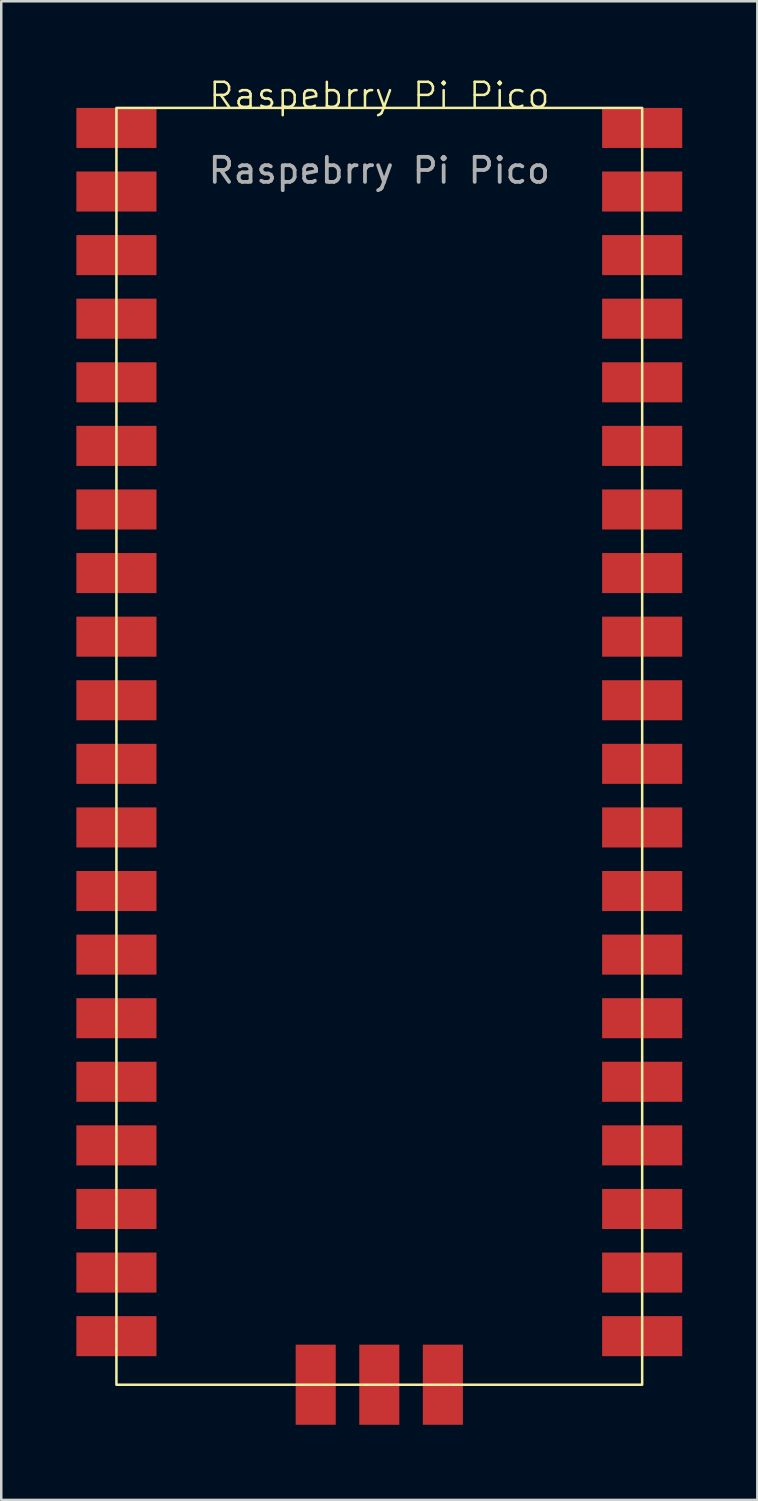
<source format=kicad_pcb>
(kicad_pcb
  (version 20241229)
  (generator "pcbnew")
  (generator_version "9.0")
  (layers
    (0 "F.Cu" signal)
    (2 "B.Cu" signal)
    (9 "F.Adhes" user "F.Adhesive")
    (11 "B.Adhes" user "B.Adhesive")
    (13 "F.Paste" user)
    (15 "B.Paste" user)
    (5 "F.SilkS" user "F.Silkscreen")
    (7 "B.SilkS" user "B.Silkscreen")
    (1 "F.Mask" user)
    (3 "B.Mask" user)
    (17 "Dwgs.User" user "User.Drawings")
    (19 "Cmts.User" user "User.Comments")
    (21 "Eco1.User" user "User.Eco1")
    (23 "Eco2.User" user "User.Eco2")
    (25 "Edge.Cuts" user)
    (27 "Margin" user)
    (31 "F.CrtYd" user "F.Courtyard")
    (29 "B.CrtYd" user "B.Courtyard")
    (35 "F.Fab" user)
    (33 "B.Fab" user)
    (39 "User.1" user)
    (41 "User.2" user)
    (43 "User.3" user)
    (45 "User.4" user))
  (footprint "Raspebrry Pi Pico"
    (layer "F.Cu")
    (at 12.1 1.26)
    (property "Reference" "Raspebrry Pi Pico" (at 0 -0.5 0) (unlocked yes) (layer "F.SilkS") (effects (font (size 1 1) (thickness 0.1))))
    (fp_rect (start -10.5 0) (end 10.5 51) (stroke (width 0.1) (type default)) (fill no) (layer "F.SilkS"))
    (fp_text user "${REFERENCE}" (at 0 2.5 0) (unlocked yes) (layer "F.Fab") (effects (font (size 1 1) (thickness 0.15))))
    (pad "1" smd rect (at -10.5 0.8) (size 3.2 1.6) (layers "F.Cu" "F.Mask" "F.Paste"))
    (pad "2" smd rect (at -10.5 3.34) (size 3.2 1.6) (layers "F.Cu" "F.Mask" "F.Paste"))
    (pad "3" smd rect (at -10.5 5.88) (size 3.2 1.6) (layers "F.Cu" "F.Mask" "F.Paste"))
    (pad "4" smd rect (at -10.5 8.42) (size 3.2 1.6) (layers "F.Cu" "F.Mask" "F.Paste"))
    (pad "5" smd rect (at -10.5 10.96) (size 3.2 1.6) (layers "F.Cu" "F.Mask" "F.Paste"))
    (pad "6" smd rect (at -10.5 13.5) (size 3.2 1.6) (layers "F.Cu" "F.Mask" "F.Paste"))
    (pad "7" smd rect (at -10.5 16.04) (size 3.2 1.6) (layers "F.Cu" "F.Mask" "F.Paste"))
    (pad "8" smd rect (at -10.5 18.58) (size 3.2 1.6) (layers "F.Cu" "F.Mask" "F.Paste"))
    (pad "9" smd rect (at -10.5 21.12) (size 3.2 1.6) (layers "F.Cu" "F.Mask" "F.Paste"))
    (pad "10" smd rect (at -10.5 23.66) (size 3.2 1.6) (layers "F.Cu" "F.Mask" "F.Paste"))
    (pad "11" smd rect (at -10.5 26.2) (size 3.2 1.6) (layers "F.Cu" "F.Mask" "F.Paste"))
    (pad "12" smd rect (at -10.5 28.74) (size 3.2 1.6) (layers "F.Cu" "F.Mask" "F.Paste"))
    (pad "13" smd rect (at -10.5 31.28) (size 3.2 1.6) (layers "F.Cu" "F.Mask" "F.Paste"))
    (pad "14" smd rect (at -10.5 33.82) (size 3.2 1.6) (layers "F.Cu" "F.Mask" "F.Paste"))
    (pad "15" smd rect (at -10.5 36.36) (size 3.2 1.6) (layers "F.Cu" "F.Mask" "F.Paste"))
    (pad "16" smd rect (at -10.5 38.9) (size 3.2 1.6) (layers "F.Cu" "F.Mask" "F.Paste"))
    (pad "17" smd rect (at -10.5 41.44) (size 3.2 1.6) (layers "F.Cu" "F.Mask" "F.Paste"))
    (pad "18" smd rect (at -10.5 43.98) (size 3.2 1.6) (layers "F.Cu" "F.Mask" "F.Paste"))
    (pad "19" smd rect (at -10.5 46.52) (size 3.2 1.6) (layers "F.Cu" "F.Mask" "F.Paste"))
    (pad "20" smd rect (at -10.5 49.06) (size 3.2 1.6) (layers "F.Cu" "F.Mask" "F.Paste"))
    (pad "21" smd rect (at 10.5 49.06) (size 3.2 1.6) (layers "F.Cu" "F.Mask" "F.Paste"))
    (pad "22" smd rect (at 10.5 46.52) (size 3.2 1.6) (layers "F.Cu" "F.Mask" "F.Paste"))
    (pad "23" smd rect (at 10.5 43.98) (size 3.2 1.6) (layers "F.Cu" "F.Mask" "F.Paste"))
    (pad "24" smd rect (at 10.5 41.44) (size 3.2 1.6) (layers "F.Cu" "F.Mask" "F.Paste"))
    (pad "25" smd rect (at 10.5 38.9) (size 3.2 1.6) (layers "F.Cu" "F.Mask" "F.Paste"))
    (pad "26" smd rect (at 10.5 36.36) (size 3.2 1.6) (layers "F.Cu" "F.Mask" "F.Paste"))
    (pad "27" smd rect (at 10.5 33.82) (size 3.2 1.6) (layers "F.Cu" "F.Mask" "F.Paste"))
    (pad "28" smd rect (at 10.5 31.28) (size 3.2 1.6) (layers "F.Cu" "F.Mask" "F.Paste"))
    (pad "29" smd rect (at 10.5 28.74) (size 3.2 1.6) (layers "F.Cu" "F.Mask" "F.Paste"))
    (pad "30" smd rect (at 10.5 26.2) (size 3.2 1.6) (layers "F.Cu" "F.Mask" "F.Paste"))
    (pad "31" smd rect (at 10.5 23.66) (size 3.2 1.6) (layers "F.Cu" "F.Mask" "F.Paste"))
    (pad "32" smd rect (at 10.5 21.12) (size 3.2 1.6) (layers "F.Cu" "F.Mask" "F.Paste"))
    (pad "33" smd rect (at 10.5 18.58) (size 3.2 1.6) (layers "F.Cu" "F.Mask" "F.Paste"))
    (pad "34" smd rect (at 10.5 16.04) (size 3.2 1.6) (layers "F.Cu" "F.Mask" "F.Paste"))
    (pad "35" smd rect (at 10.5 13.5) (size 3.2 1.6) (layers "F.Cu" "F.Mask" "F.Paste"))
    (pad "36" smd rect (at 10.5 10.96) (size 3.2 1.6) (layers "F.Cu" "F.Mask" "F.Paste"))
    (pad "37" smd rect (at 10.5 8.42) (size 3.2 1.6) (layers "F.Cu" "F.Mask" "F.Paste"))
    (pad "38" smd rect (at 10.5 5.88) (size 3.2 1.6) (layers "F.Cu" "F.Mask" "F.Paste"))
    (pad "39" smd rect (at 10.5 3.34) (size 3.2 1.6) (layers "F.Cu" "F.Mask" "F.Paste"))
    (pad "40" smd rect (at 10.5 0.8) (size 3.2 1.6) (layers "F.Cu" "F.Mask" "F.Paste"))
    (pad "D1" smd rect (at -2.54 51 90) (size 3.2 1.6) (layers "F.Cu" "F.Mask" "F.Paste"))
    (pad "D2" smd rect (at 0 51 90) (size 3.2 1.6) (layers "F.Cu" "F.Mask" "F.Paste"))
    (pad "D3" smd rect (at 2.54 51 90) (size 3.2 1.6) (layers "F.Cu" "F.Mask" "F.Paste")))
  (gr_rect
    (start -3 -3)
    (end 27.2 56.861)
    (stroke (width 0.1) (type default))
    (fill no)
    (layer "Edge.Cuts")))
</source>
